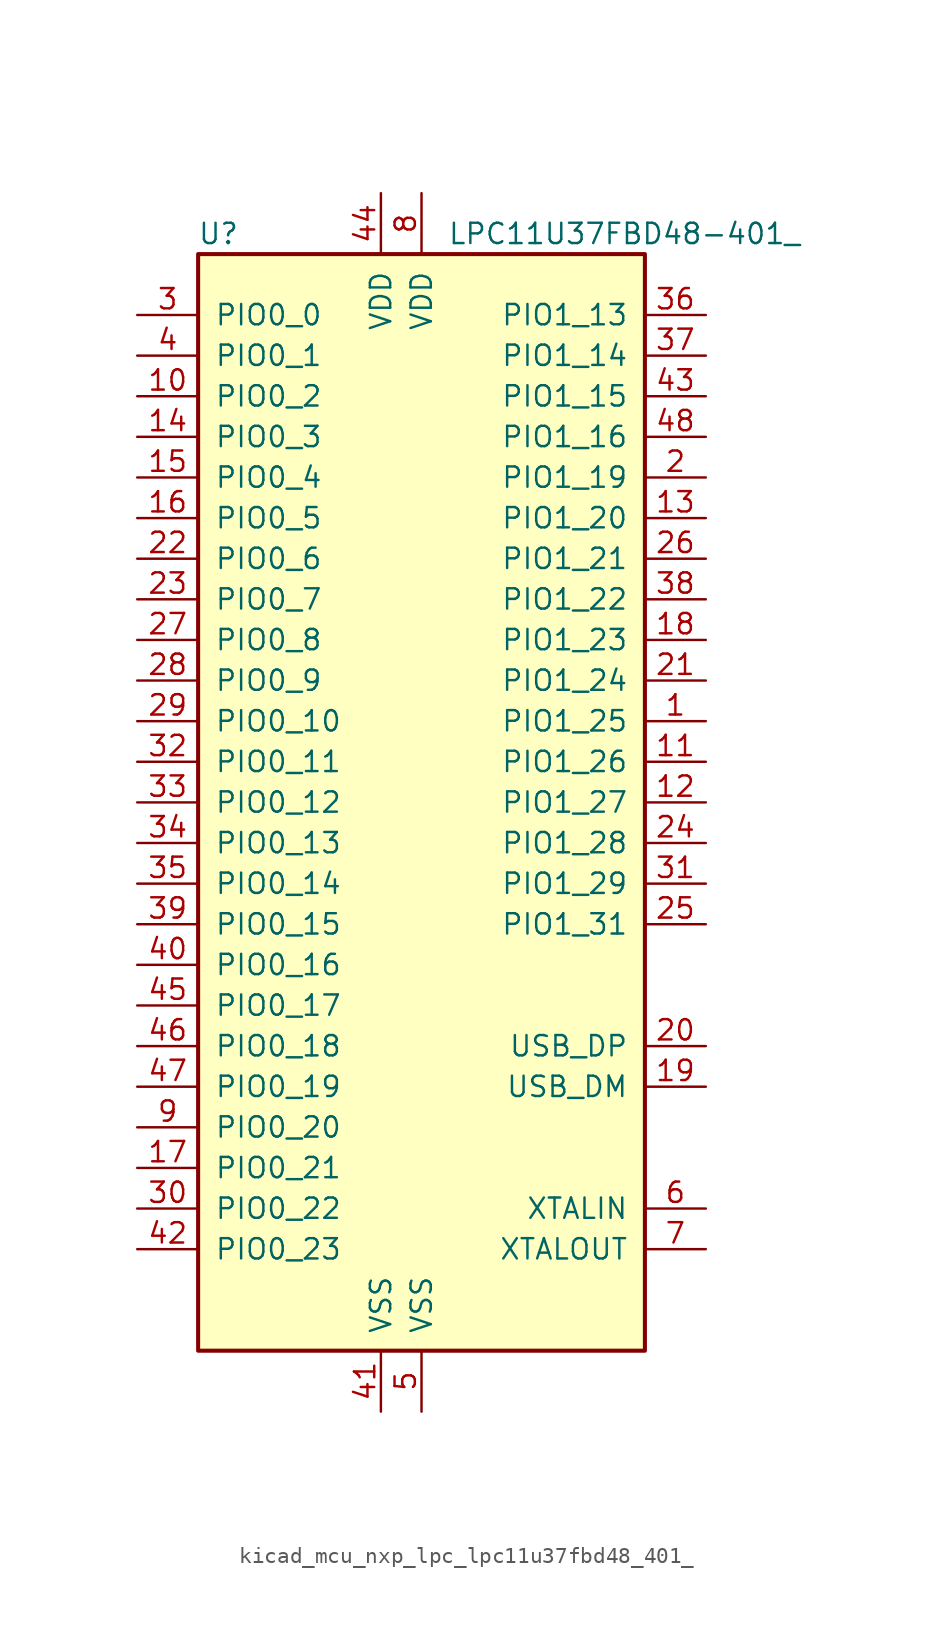
<source format=kicad_sym>
(kicad_symbol_lib
  (version 20220914)
  (generator kicad_symbol_editor)
  (symbol "kicad_mcu_nxp_lpc_lpc11u37fbd48_401_"
    (pin_names
      (offset 1.016))
    (property "Reference" "U"
      (at -12.7 35.56 0)
      (effects (font (size 1.27 1.27))))
    (property "Value" "LPC11U37FBD48-401_"
      (at 12.7 35.56 0)
      (effects (font (size 1.27 1.27))))
    (symbol "kicad_mcu_nxp_lpc_lpc11u37fbd48_401__0_1"
      (rectangle (start -13.97 34.29) (end 13.97 -34.29) (stroke (width 0.254) (type default)) (fill (type background))))
    (symbol "kicad_mcu_nxp_lpc_lpc11u37fbd48_401__1_1"
      (pin bidirectional line (at 17.78 5.08 180) (length 3.81) (name "PIO1_25" (effects (font (size 1.27 1.27)))) (number "1" (effects (font (size 1.27 1.27)))))
      (pin bidirectional line (at -17.78 25.4 0) (length 3.81) (name "PIO0_2" (effects (font (size 1.27 1.27)))) (number "10" (effects (font (size 1.27 1.27)))))
      (pin bidirectional line (at 17.78 2.54 180) (length 3.81) (name "PIO1_26" (effects (font (size 1.27 1.27)))) (number "11" (effects (font (size 1.27 1.27)))))
      (pin bidirectional line (at 17.78 0 180) (length 3.81) (name "PIO1_27" (effects (font (size 1.27 1.27)))) (number "12" (effects (font (size 1.27 1.27)))))
      (pin bidirectional line (at 17.78 17.78 180) (length 3.81) (name "PIO1_20" (effects (font (size 1.27 1.27)))) (number "13" (effects (font (size 1.27 1.27)))))
      (pin bidirectional line (at -17.78 22.86 0) (length 3.81) (name "PIO0_3" (effects (font (size 1.27 1.27)))) (number "14" (effects (font (size 1.27 1.27)))))
      (pin bidirectional line (at -17.78 20.32 0) (length 3.81) (name "PIO0_4" (effects (font (size 1.27 1.27)))) (number "15" (effects (font (size 1.27 1.27)))))
      (pin bidirectional line (at -17.78 17.78 0) (length 3.81) (name "PIO0_5" (effects (font (size 1.27 1.27)))) (number "16" (effects (font (size 1.27 1.27)))))
      (pin bidirectional line (at -17.78 -22.86 0) (length 3.81) (name "PIO0_21" (effects (font (size 1.27 1.27)))) (number "17" (effects (font (size 1.27 1.27)))))
      (pin bidirectional line (at 17.78 10.16 180) (length 3.81) (name "PIO1_23" (effects (font (size 1.27 1.27)))) (number "18" (effects (font (size 1.27 1.27)))))
      (pin bidirectional line (at 17.78 -17.78 180) (length 3.81) (name "USB_DM" (effects (font (size 1.27 1.27)))) (number "19" (effects (font (size 1.27 1.27)))))
      (pin bidirectional line (at 17.78 20.32 180) (length 3.81) (name "PIO1_19" (effects (font (size 1.27 1.27)))) (number "2" (effects (font (size 1.27 1.27)))))
      (pin bidirectional line (at 17.78 -15.24 180) (length 3.81) (name "USB_DP" (effects (font (size 1.27 1.27)))) (number "20" (effects (font (size 1.27 1.27)))))
      (pin bidirectional line (at 17.78 7.62 180) (length 3.81) (name "PIO1_24" (effects (font (size 1.27 1.27)))) (number "21" (effects (font (size 1.27 1.27)))))
      (pin bidirectional line (at -17.78 15.24 0) (length 3.81) (name "PIO0_6" (effects (font (size 1.27 1.27)))) (number "22" (effects (font (size 1.27 1.27)))))
      (pin bidirectional line (at -17.78 12.7 0) (length 3.81) (name "PIO0_7" (effects (font (size 1.27 1.27)))) (number "23" (effects (font (size 1.27 1.27)))))
      (pin bidirectional line (at 17.78 -2.54 180) (length 3.81) (name "PIO1_28" (effects (font (size 1.27 1.27)))) (number "24" (effects (font (size 1.27 1.27)))))
      (pin bidirectional line (at 17.78 -7.62 180) (length 3.81) (name "PIO1_31" (effects (font (size 1.27 1.27)))) (number "25" (effects (font (size 1.27 1.27)))))
      (pin bidirectional line (at 17.78 15.24 180) (length 3.81) (name "PIO1_21" (effects (font (size 1.27 1.27)))) (number "26" (effects (font (size 1.27 1.27)))))
      (pin bidirectional line (at -17.78 10.16 0) (length 3.81) (name "PIO0_8" (effects (font (size 1.27 1.27)))) (number "27" (effects (font (size 1.27 1.27)))))
      (pin bidirectional line (at -17.78 7.62 0) (length 3.81) (name "PIO0_9" (effects (font (size 1.27 1.27)))) (number "28" (effects (font (size 1.27 1.27)))))
      (pin bidirectional line (at -17.78 5.08 0) (length 3.81) (name "PIO0_10" (effects (font (size 1.27 1.27)))) (number "29" (effects (font (size 1.27 1.27)))))
      (pin bidirectional line (at -17.78 30.48 0) (length 3.81) (name "PIO0_0" (effects (font (size 1.27 1.27)))) (number "3" (effects (font (size 1.27 1.27)))))
      (pin bidirectional line (at -17.78 -25.4 0) (length 3.81) (name "PIO0_22" (effects (font (size 1.27 1.27)))) (number "30" (effects (font (size 1.27 1.27)))))
      (pin bidirectional line (at 17.78 -5.08 180) (length 3.81) (name "PIO1_29" (effects (font (size 1.27 1.27)))) (number "31" (effects (font (size 1.27 1.27)))))
      (pin bidirectional line (at -17.78 2.54 0) (length 3.81) (name "PIO0_11" (effects (font (size 1.27 1.27)))) (number "32" (effects (font (size 1.27 1.27)))))
      (pin bidirectional line (at -17.78 0 0) (length 3.81) (name "PIO0_12" (effects (font (size 1.27 1.27)))) (number "33" (effects (font (size 1.27 1.27)))))
      (pin bidirectional line (at -17.78 -2.54 0) (length 3.81) (name "PIO0_13" (effects (font (size 1.27 1.27)))) (number "34" (effects (font (size 1.27 1.27)))))
      (pin bidirectional line (at -17.78 -5.08 0) (length 3.81) (name "PIO0_14" (effects (font (size 1.27 1.27)))) (number "35" (effects (font (size 1.27 1.27)))))
      (pin bidirectional line (at 17.78 30.48 180) (length 3.81) (name "PIO1_13" (effects (font (size 1.27 1.27)))) (number "36" (effects (font (size 1.27 1.27)))))
      (pin bidirectional line (at 17.78 27.94 180) (length 3.81) (name "PIO1_14" (effects (font (size 1.27 1.27)))) (number "37" (effects (font (size 1.27 1.27)))))
      (pin bidirectional line (at 17.78 12.7 180) (length 3.81) (name "PIO1_22" (effects (font (size 1.27 1.27)))) (number "38" (effects (font (size 1.27 1.27)))))
      (pin bidirectional line (at -17.78 -7.62 0) (length 3.81) (name "PIO0_15" (effects (font (size 1.27 1.27)))) (number "39" (effects (font (size 1.27 1.27)))))
      (pin bidirectional line (at -17.78 27.94 0) (length 3.81) (name "PIO0_1" (effects (font (size 1.27 1.27)))) (number "4" (effects (font (size 1.27 1.27)))))
      (pin bidirectional line (at -17.78 -10.16 0) (length 3.81) (name "PIO0_16" (effects (font (size 1.27 1.27)))) (number "40" (effects (font (size 1.27 1.27)))))
      (pin power_in line (at -2.54 -38.1 90) (length 3.81) (name "VSS" (effects (font (size 1.27 1.27)))) (number "41" (effects (font (size 1.27 1.27)))))
      (pin bidirectional line (at -17.78 -27.94 0) (length 3.81) (name "PIO0_23" (effects (font (size 1.27 1.27)))) (number "42" (effects (font (size 1.27 1.27)))))
      (pin bidirectional line (at 17.78 25.4 180) (length 3.81) (name "PIO1_15" (effects (font (size 1.27 1.27)))) (number "43" (effects (font (size 1.27 1.27)))))
      (pin power_in line (at -2.54 38.1 270) (length 3.81) (name "VDD" (effects (font (size 1.27 1.27)))) (number "44" (effects (font (size 1.27 1.27)))))
      (pin bidirectional line (at -17.78 -12.7 0) (length 3.81) (name "PIO0_17" (effects (font (size 1.27 1.27)))) (number "45" (effects (font (size 1.27 1.27)))))
      (pin bidirectional line (at -17.78 -15.24 0) (length 3.81) (name "PIO0_18" (effects (font (size 1.27 1.27)))) (number "46" (effects (font (size 1.27 1.27)))))
      (pin bidirectional line (at -17.78 -17.78 0) (length 3.81) (name "PIO0_19" (effects (font (size 1.27 1.27)))) (number "47" (effects (font (size 1.27 1.27)))))
      (pin bidirectional line (at 17.78 22.86 180) (length 3.81) (name "PIO1_16" (effects (font (size 1.27 1.27)))) (number "48" (effects (font (size 1.27 1.27)))))
      (pin power_in line (at 0 -38.1 90) (length 3.81) (name "VSS" (effects (font (size 1.27 1.27)))) (number "5" (effects (font (size 1.27 1.27)))))
      (pin input line (at 17.78 -25.4 180) (length 3.81) (name "XTALIN" (effects (font (size 1.27 1.27)))) (number "6" (effects (font (size 1.27 1.27)))))
      (pin output line (at 17.78 -27.94 180) (length 3.81) (name "XTALOUT" (effects (font (size 1.27 1.27)))) (number "7" (effects (font (size 1.27 1.27)))))
      (pin power_in line (at 0 38.1 270) (length 3.81) (name "VDD" (effects (font (size 1.27 1.27)))) (number "8" (effects (font (size 1.27 1.27)))))
      (pin bidirectional line (at -17.78 -20.32 0) (length 3.81) (name "PIO0_20" (effects (font (size 1.27 1.27)))) (number "9" (effects (font (size 1.27 1.27))))))))
</source>
